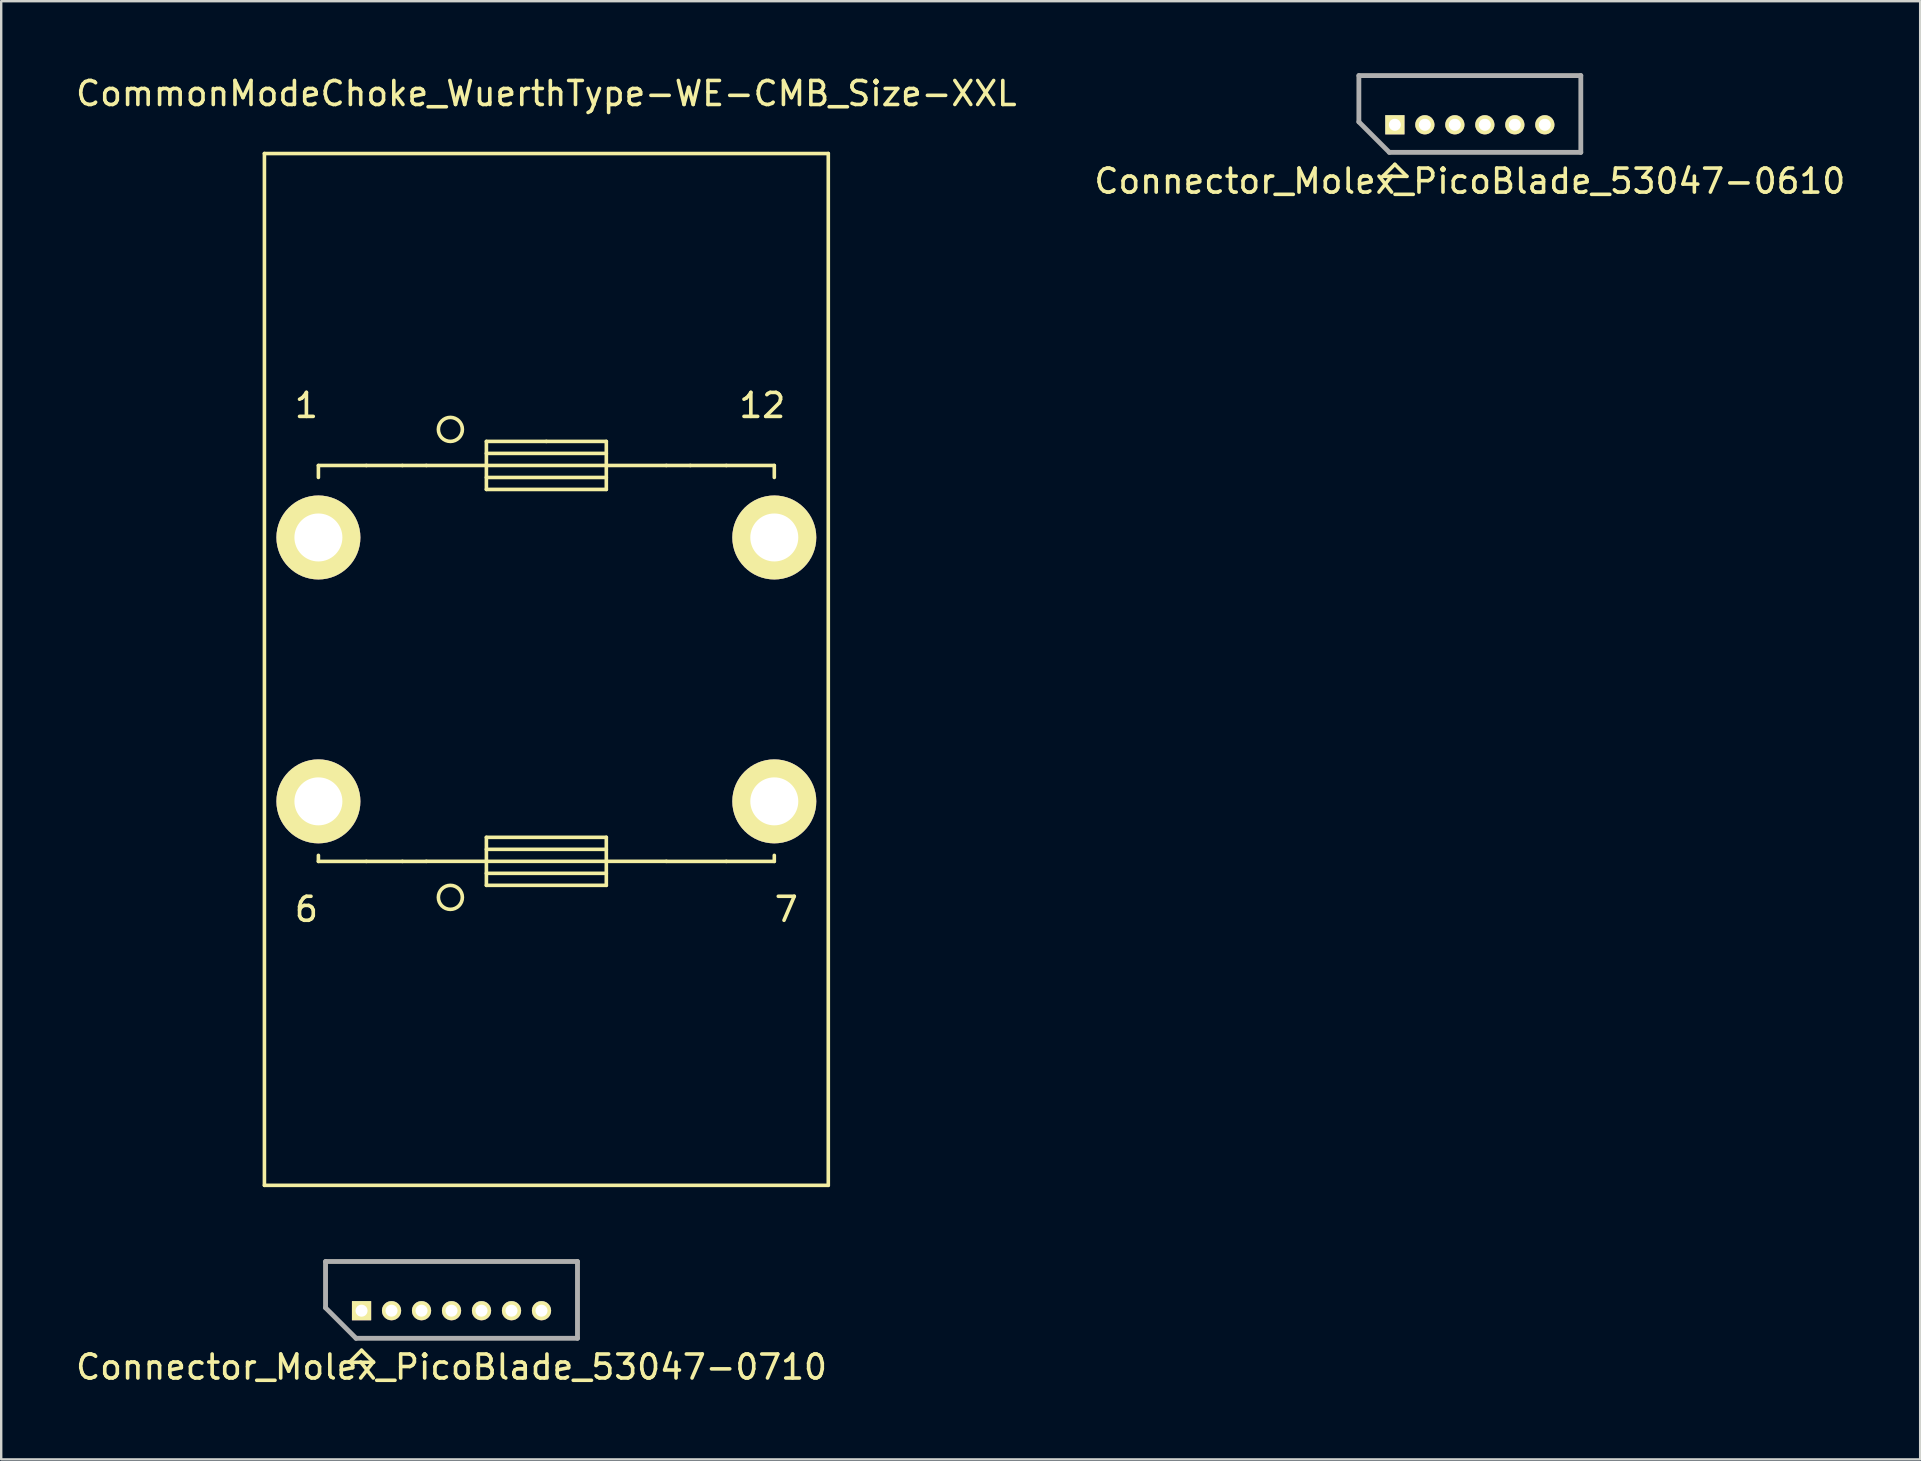
<source format=kicad_pcb>
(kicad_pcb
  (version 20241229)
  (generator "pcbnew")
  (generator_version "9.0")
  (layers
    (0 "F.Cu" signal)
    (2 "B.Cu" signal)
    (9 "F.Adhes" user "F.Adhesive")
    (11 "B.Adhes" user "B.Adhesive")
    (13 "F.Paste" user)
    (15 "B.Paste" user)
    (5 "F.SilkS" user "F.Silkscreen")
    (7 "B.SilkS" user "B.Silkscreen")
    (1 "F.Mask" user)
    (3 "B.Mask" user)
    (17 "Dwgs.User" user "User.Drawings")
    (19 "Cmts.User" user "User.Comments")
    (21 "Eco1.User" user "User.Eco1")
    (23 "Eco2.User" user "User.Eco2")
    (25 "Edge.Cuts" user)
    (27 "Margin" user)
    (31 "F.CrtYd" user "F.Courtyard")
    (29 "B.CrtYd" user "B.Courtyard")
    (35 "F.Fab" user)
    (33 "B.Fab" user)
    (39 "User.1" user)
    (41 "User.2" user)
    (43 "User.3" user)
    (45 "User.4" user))
  (footprint "CommonModeChoke_WuerthType-WE-CMB_Size-XXL"
    (layer "F.Cu")
    (at 19.72 24.849)
    (property "Reference" "CommonModeChoke_WuerthType-WE-CMB_Size-XXL" (at 0 -24 0) (layer "F.SilkS") (effects (font (size 1 1) (thickness 0.15))))
    (attr through_hole)
    (fp_line (start -11.75 -21.501) (end -11.75 21.501) (stroke (width 0.15) (type solid)) (layer "F.SilkS"))
    (fp_line (start -11.75 21.501) (end 11.75 21.501) (stroke (width 0.15) (type solid)) (layer "F.SilkS"))
    (fp_line (start -9.5 -8.499) (end -9.5 -8.001) (stroke (width 0.15) (type solid)) (layer "F.SilkS"))
    (fp_line (start -9.5 8.001) (end -9.5 7.75) (stroke (width 0.15) (type solid)) (layer "F.SilkS"))
    (fp_line (start -7.501 -8.499) (end -9.5 -8.499) (stroke (width 0.15) (type solid)) (layer "F.SilkS"))
    (fp_line (start -7.501 8.001) (end -9.5 8.001) (stroke (width 0.15) (type solid)) (layer "F.SilkS"))
    (fp_line (start -5.999 -8.499) (end -7.501 -8.499) (stroke (width 0.15) (type solid)) (layer "F.SilkS"))
    (fp_line (start -5.999 8.001) (end -7.501 8.001) (stroke (width 0.15) (type solid)) (layer "F.SilkS"))
    (fp_line (start -5.001 -8.499) (end -5.999 -8.499) (stroke (width 0.15) (type solid)) (layer "F.SilkS"))
    (fp_line (start -5.001 7.998) (end -2.499 7.998) (stroke (width 0.15) (type solid)) (layer "F.SilkS"))
    (fp_line (start -5.001 8.001) (end -5.999 8.001) (stroke (width 0.15) (type solid)) (layer "F.SilkS"))
    (fp_line (start -2.499 -9.502) (end 0 -9.502) (stroke (width 0.15) (type solid)) (layer "F.SilkS"))
    (fp_line (start -2.499 -8.501) (end -5.001 -8.501) (stroke (width 0.15) (type solid)) (layer "F.SilkS"))
    (fp_line (start -2.499 -8.501) (end 2.499 -8.501) (stroke (width 0.15) (type solid)) (layer "F.SilkS"))
    (fp_line (start -2.499 -8.001) (end 2.499 -8.001) (stroke (width 0.15) (type solid)) (layer "F.SilkS"))
    (fp_line (start -2.499 -7.501) (end -2.499 -9.502) (stroke (width 0.15) (type solid)) (layer "F.SilkS"))
    (fp_line (start -2.499 6.998) (end 2.499 6.998) (stroke (width 0.15) (type solid)) (layer "F.SilkS"))
    (fp_line (start -2.499 8.499) (end 2.499 8.499) (stroke (width 0.15) (type solid)) (layer "F.SilkS"))
    (fp_line (start -2.499 8.999) (end -2.499 6.998) (stroke (width 0.15) (type solid)) (layer "F.SilkS"))
    (fp_line (start 0 -9.502) (end 2.499 -9.502) (stroke (width 0.15) (type solid)) (layer "F.SilkS"))
    (fp_line (start 2.499 -9.502) (end 2.499 -7.501) (stroke (width 0.15) (type solid)) (layer "F.SilkS"))
    (fp_line (start 2.499 -9.002) (end -2.499 -9.002) (stroke (width 0.15) (type solid)) (layer "F.SilkS"))
    (fp_line (start 2.499 -8.501) (end 5.001 -8.501) (stroke (width 0.15) (type solid)) (layer "F.SilkS"))
    (fp_line (start 2.499 -7.501) (end -2.499 -7.501) (stroke (width 0.15) (type solid)) (layer "F.SilkS"))
    (fp_line (start 2.499 6.998) (end 2.499 8.999) (stroke (width 0.15) (type solid)) (layer "F.SilkS"))
    (fp_line (start 2.499 7.498) (end -2.499 7.498) (stroke (width 0.15) (type solid)) (layer "F.SilkS"))
    (fp_line (start 2.499 7.998) (end -2.499 7.998) (stroke (width 0.15) (type solid)) (layer "F.SilkS"))
    (fp_line (start 2.499 8.999) (end -2.499 8.999) (stroke (width 0.15) (type solid)) (layer "F.SilkS"))
    (fp_line (start 5.001 -8.499) (end 5.999 -8.499) (stroke (width 0.15) (type solid)) (layer "F.SilkS"))
    (fp_line (start 5.001 7.998) (end 2.499 7.998) (stroke (width 0.15) (type solid)) (layer "F.SilkS"))
    (fp_line (start 5.001 8.001) (end 7.501 8.001) (stroke (width 0.15) (type solid)) (layer "F.SilkS"))
    (fp_line (start 5.999 -8.499) (end 7.501 -8.499) (stroke (width 0.15) (type solid)) (layer "F.SilkS"))
    (fp_line (start 7.501 -8.499) (end 9.5 -8.499) (stroke (width 0.15) (type solid)) (layer "F.SilkS"))
    (fp_line (start 7.501 8.001) (end 9.5 8.001) (stroke (width 0.15) (type solid)) (layer "F.SilkS"))
    (fp_line (start 9.5 -8.499) (end 9.5 -8.001) (stroke (width 0.15) (type solid)) (layer "F.SilkS"))
    (fp_line (start 9.5 8.001) (end 9.5 7.75) (stroke (width 0.15) (type solid)) (layer "F.SilkS"))
    (fp_line (start 11.75 -21.501) (end -11.75 -21.501) (stroke (width 0.15) (type solid)) (layer "F.SilkS"))
    (fp_line (start 11.75 21.501) (end 11.75 -21.501) (stroke (width 0.15) (type solid)) (layer "F.SilkS"))
    (fp_circle (center -4 -10.003) (end -3.5 -10.003) (stroke (width 0.15) (type solid)) (fill no) (layer "F.SilkS"))
    (fp_circle (center -4 9.5) (end -3.5 9.5) (stroke (width 0.15) (type solid)) (fill no) (layer "F.SilkS"))
    (fp_text user "7" (at 10 10 0) (layer "F.SilkS") (effects (font (size 1 1) (thickness 0.15))))
    (fp_text user "12" (at 8.999 -11.001 0) (layer "F.SilkS") (effects (font (size 1 1) (thickness 0.15))))
    (fp_text user "6" (at -10 10 0) (layer "F.SilkS") (effects (font (size 1 1) (thickness 0.15))))
    (fp_text user "1" (at -10 -11.001 0) (layer "F.SilkS") (effects (font (size 1 1) (thickness 0.15))))
    (pad "1" thru_hole circle (at -9.5 -5.499) (size 3.5 3.5) (drill 1.999) (layers "*.Cu" "*.Mask" "F.SilkS"))
    (pad "6" thru_hole circle (at -9.5 5.499) (size 3.5 3.5) (drill 1.999) (layers "*.Cu" "*.Mask" "F.SilkS"))
    (pad "7" thru_hole circle (at 9.5 5.499) (size 3.5 3.5) (drill 1.999) (layers "*.Cu" "*.Mask" "F.SilkS"))
    (pad "12" thru_hole circle (at 9.5 -5.499) (size 3.5 3.5) (drill 1.999) (layers "*.Cu" "*.Mask" "F.SilkS")))
  (footprint "Connector_Molex_PicoBlade_53047-0610"
    (layer "F.Cu")
    (at 55.083 2.15)
    (property "Reference" "Connector_Molex_PicoBlade_53047-0610" (at 3.125 2.35 0) (layer "F.SilkS") (effects (font (size 1 1) (thickness 0.15))))
    (attr through_hole)
    (fp_line (start -1.5 -2.05) (end 7.75 -2.05) (stroke (width 0.15) (type solid)) (layer "F.SilkS"))
    (fp_line (start -1.5 -0.12) (end -1.5 -2.05) (stroke (width 0.15) (type solid)) (layer "F.SilkS"))
    (fp_line (start -0.5 2.15) (end 0 1.65) (stroke (width 0.15) (type solid)) (layer "F.SilkS"))
    (fp_line (start 0 1.65) (end 0.5 2.15) (stroke (width 0.15) (type solid)) (layer "F.SilkS"))
    (fp_line (start 0.5 2.15) (end -0.5 2.15) (stroke (width 0.15) (type solid)) (layer "F.SilkS"))
    (fp_line (start 7.75 -2.05) (end 7.75 1.15) (stroke (width 0.15) (type solid)) (layer "F.SilkS"))
    (fp_line (start 7.75 1.15) (end -0.23 1.15) (stroke (width 0.15) (type solid)) (layer "F.SilkS"))
    (fp_line (start -1.5 -2.05) (end 7.75 -2.05) (stroke (width 0.2) (type solid)) (layer "F.Fab"))
    (fp_line (start -1.5 -0.12) (end -1.5 -2.05) (stroke (width 0.2) (type solid)) (layer "F.Fab"))
    (fp_line (start -0.23 1.15) (end -1.5 -0.12) (stroke (width 0.2) (type solid)) (layer "F.Fab"))
    (fp_line (start 7.75 -2.05) (end 7.75 1.15) (stroke (width 0.2) (type solid)) (layer "F.Fab"))
    (fp_line (start 7.75 1.15) (end -0.23 1.15) (stroke (width 0.2) (type solid)) (layer "F.Fab"))
    (pad "1" thru_hole rect (at 0 0) (size 0.8 0.8) (drill 0.5) (layers "*.Cu" "*.Mask" "F.SilkS"))
    (pad "2" thru_hole oval (at 1.25 0) (size 0.8 0.8) (drill 0.5) (layers "*.Cu" "*.Mask" "F.SilkS"))
    (pad "3" thru_hole oval (at 2.5 0) (size 0.8 0.8) (drill 0.5) (layers "*.Cu" "*.Mask" "F.SilkS"))
    (pad "4" thru_hole oval (at 3.75 0) (size 0.8 0.8) (drill 0.5) (layers "*.Cu" "*.Mask" "F.SilkS"))
    (pad "5" thru_hole oval (at 5 0) (size 0.8 0.8) (drill 0.5) (layers "*.Cu" "*.Mask" "F.SilkS"))
    (pad "6" thru_hole oval (at 6.25 0) (size 0.8 0.8) (drill 0.5) (layers "*.Cu" "*.Mask" "F.SilkS")))
  (footprint "Connector_Molex_PicoBlade_53047-0710"
    (layer "F.Cu")
    (at 12.018 51.575)
    (property "Reference" "Connector_Molex_PicoBlade_53047-0710" (at 3.75 2.35 0) (layer "F.SilkS") (effects (font (size 1 1) (thickness 0.15))))
    (attr through_hole)
    (fp_line (start -1.5 -2.05) (end 9 -2.05) (stroke (width 0.15) (type solid)) (layer "F.SilkS"))
    (fp_line (start -1.5 -0.12) (end -1.5 -2.05) (stroke (width 0.15) (type solid)) (layer "F.SilkS"))
    (fp_line (start -0.5 2.15) (end 0 1.65) (stroke (width 0.15) (type solid)) (layer "F.SilkS"))
    (fp_line (start 0 1.65) (end 0.5 2.15) (stroke (width 0.15) (type solid)) (layer "F.SilkS"))
    (fp_line (start 0.5 2.15) (end -0.5 2.15) (stroke (width 0.15) (type solid)) (layer "F.SilkS"))
    (fp_line (start 9 -2.05) (end 9 1.15) (stroke (width 0.15) (type solid)) (layer "F.SilkS"))
    (fp_line (start 9 1.15) (end -0.23 1.15) (stroke (width 0.15) (type solid)) (layer "F.SilkS"))
    (fp_line (start -1.5 -2.05) (end 9 -2.05) (stroke (width 0.2) (type solid)) (layer "F.Fab"))
    (fp_line (start -1.5 -0.12) (end -1.5 -2.05) (stroke (width 0.2) (type solid)) (layer "F.Fab"))
    (fp_line (start -0.23 1.15) (end -1.5 -0.12) (stroke (width 0.2) (type solid)) (layer "F.Fab"))
    (fp_line (start 9 -2.05) (end 9 1.15) (stroke (width 0.2) (type solid)) (layer "F.Fab"))
    (fp_line (start 9 1.15) (end -0.23 1.15) (stroke (width 0.2) (type solid)) (layer "F.Fab"))
    (pad "1" thru_hole rect (at 0 0) (size 0.8 0.8) (drill 0.5) (layers "*.Cu" "*.Mask" "F.SilkS"))
    (pad "2" thru_hole oval (at 1.25 0) (size 0.8 0.8) (drill 0.5) (layers "*.Cu" "*.Mask" "F.SilkS"))
    (pad "3" thru_hole oval (at 2.5 0) (size 0.8 0.8) (drill 0.5) (layers "*.Cu" "*.Mask" "F.SilkS"))
    (pad "4" thru_hole oval (at 3.75 0) (size 0.8 0.8) (drill 0.5) (layers "*.Cu" "*.Mask" "F.SilkS"))
    (pad "5" thru_hole oval (at 5 0) (size 0.8 0.8) (drill 0.5) (layers "*.Cu" "*.Mask" "F.SilkS"))
    (pad "6" thru_hole oval (at 6.25 0) (size 0.8 0.8) (drill 0.5) (layers "*.Cu" "*.Mask" "F.SilkS"))
    (pad "7" thru_hole oval (at 7.5 0) (size 0.8 0.8) (drill 0.5) (layers "*.Cu" "*.Mask" "F.SilkS")))
  (gr_rect
    (start -3 -3)
    (end 76.976 57.773)
    (stroke (width 0.1) (type default))
    (fill no)
    (layer "Edge.Cuts")))
</source>
